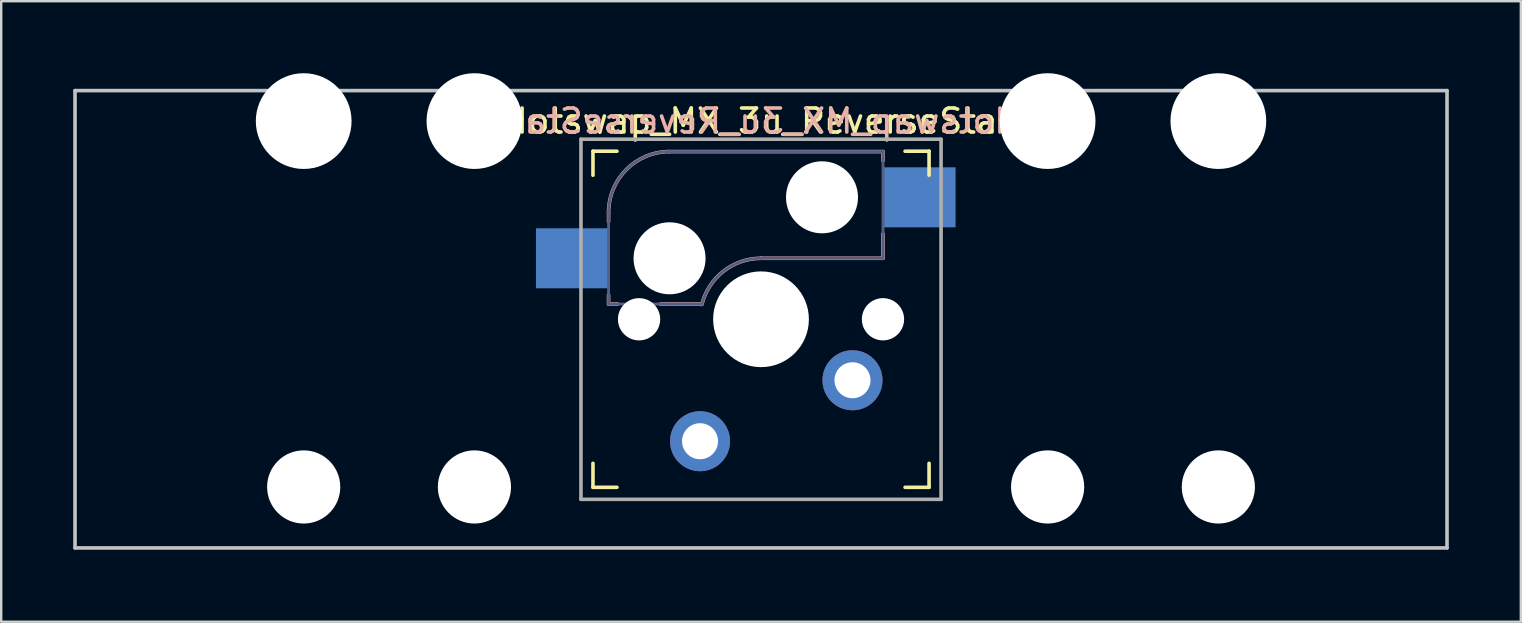
<source format=kicad_pcb>
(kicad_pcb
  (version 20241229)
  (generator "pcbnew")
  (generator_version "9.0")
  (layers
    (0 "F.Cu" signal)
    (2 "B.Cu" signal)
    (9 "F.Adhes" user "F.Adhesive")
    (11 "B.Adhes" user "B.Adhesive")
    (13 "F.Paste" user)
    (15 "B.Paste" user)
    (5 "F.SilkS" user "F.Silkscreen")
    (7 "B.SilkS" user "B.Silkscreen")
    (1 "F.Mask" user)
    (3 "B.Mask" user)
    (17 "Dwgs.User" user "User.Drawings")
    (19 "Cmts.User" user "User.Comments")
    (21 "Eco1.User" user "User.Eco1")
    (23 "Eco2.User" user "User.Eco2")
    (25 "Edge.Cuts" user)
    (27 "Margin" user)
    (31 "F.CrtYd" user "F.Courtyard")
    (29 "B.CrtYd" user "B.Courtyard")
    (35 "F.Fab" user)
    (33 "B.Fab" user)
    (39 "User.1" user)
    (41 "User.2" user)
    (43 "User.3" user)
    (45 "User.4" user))
  (footprint "Hotswap_MX_3u_ReverseStab"
    (layer "F.Cu")
    (at 28.65 10.249)
    (property "Reference" "Hotswap_MX_3u_ReverseStab" (at 0 -8.255 0) (layer "F.SilkS") (effects (font (size 1 1) (thickness 0.15))))
    (attr through_hole)
    (fp_line (start -7 -6) (end -7 -7) (stroke (width 0.15) (type solid)) (layer "F.SilkS"))
    (fp_line (start -7 7) (end -7 6) (stroke (width 0.15) (type solid)) (layer "F.SilkS"))
    (fp_line (start -7 7) (end -6 7) (stroke (width 0.15) (type solid)) (layer "F.SilkS"))
    (fp_line (start -6 -7) (end -7 -7) (stroke (width 0.15) (type solid)) (layer "F.SilkS"))
    (fp_line (start 6 7) (end 7 7) (stroke (width 0.15) (type solid)) (layer "F.SilkS"))
    (fp_line (start 7 -7) (end 6 -7) (stroke (width 0.15) (type solid)) (layer "F.SilkS"))
    (fp_line (start 7 -7) (end 7 -6) (stroke (width 0.15) (type solid)) (layer "F.SilkS"))
    (fp_line (start 7 6) (end 7 7) (stroke (width 0.15) (type solid)) (layer "F.SilkS"))
    (fp_line (start -6.35 -4.445) (end -6.35 -4.064) (stroke (width 0.15) (type solid)) (layer "B.SilkS"))
    (fp_line (start -6.35 -1.016) (end -6.35 -0.635) (stroke (width 0.15) (type solid)) (layer "B.SilkS"))
    (fp_line (start -6.35 -0.635) (end -5.969 -0.635) (stroke (width 0.15) (type solid)) (layer "B.SilkS"))
    (fp_line (start -4.191 -0.635) (end -2.54 -0.635) (stroke (width 0.15) (type solid)) (layer "B.SilkS"))
    (fp_line (start 0 -2.54) (end 5.08 -2.54) (stroke (width 0.15) (type solid)) (layer "B.SilkS"))
    (fp_line (start 5.08 -6.985) (end -3.81 -6.985) (stroke (width 0.15) (type solid)) (layer "B.SilkS"))
    (fp_line (start 5.08 -6.604) (end 5.08 -6.985) (stroke (width 0.15) (type solid)) (layer "B.SilkS"))
    (fp_line (start 5.08 -2.54) (end 5.08 -3.556) (stroke (width 0.15) (type solid)) (layer "B.SilkS"))
    (fp_arc (start -6.35 -4.445) (mid -5.606051 -6.241051) (end -3.81 -6.985) (stroke (width 0.15) (type solid)) (layer "B.SilkS"))
    (fp_arc (start -2.464162 -0.61604) (mid -1.563147 -2.002042) (end 0 -2.54) (stroke (width 0.15) (type solid)) (layer "B.SilkS"))
    (fp_line (start -28.575 -9.525) (end 28.575 -9.525) (stroke (width 0.15) (type solid)) (layer "Dwgs.User"))
    (fp_line (start -28.575 9.525) (end -28.575 -9.525) (stroke (width 0.15) (type solid)) (layer "Dwgs.User"))
    (fp_line (start -28.575 9.525) (end 28.575 9.525) (stroke (width 0.15) (type solid)) (layer "Dwgs.User"))
    (fp_line (start 28.575 -9.525) (end 28.575 9.525) (stroke (width 0.15) (type solid)) (layer "Dwgs.User"))
    (fp_line (start -20.701 -6.096) (end -20.701 5.334) (stroke (width 0.152) (type solid)) (layer "Eco2.User"))
    (fp_line (start -20.701 5.334) (end -17.399 5.334) (stroke (width 0.152) (type solid)) (layer "Eco2.User"))
    (fp_line (start -17.399 -6.096) (end -20.701 -6.096) (stroke (width 0.152) (type solid)) (layer "Eco2.User"))
    (fp_line (start -17.399 5.334) (end -17.399 -6.096) (stroke (width 0.152) (type solid)) (layer "Eco2.User"))
    (fp_line (start -13.589 -6.096) (end -13.589 5.334) (stroke (width 0.152) (type solid)) (layer "Eco2.User"))
    (fp_line (start -13.589 5.334) (end -10.287 5.334) (stroke (width 0.152) (type solid)) (layer "Eco2.User"))
    (fp_line (start -10.287 -6.096) (end -13.589 -6.096) (stroke (width 0.152) (type solid)) (layer "Eco2.User"))
    (fp_line (start -10.287 5.334) (end -10.287 -6.096) (stroke (width 0.152) (type solid)) (layer "Eco2.User"))
    (fp_line (start -6.9 6.9) (end -6.9 -6.9) (stroke (width 0.15) (type solid)) (layer "Eco2.User"))
    (fp_line (start -6.9 6.9) (end 6.9 6.9) (stroke (width 0.15) (type solid)) (layer "Eco2.User"))
    (fp_line (start 6.9 -6.9) (end -6.9 -6.9) (stroke (width 0.15) (type solid)) (layer "Eco2.User"))
    (fp_line (start 6.9 -6.9) (end 6.9 6.9) (stroke (width 0.15) (type solid)) (layer "Eco2.User"))
    (fp_line (start 10.287 -6.096) (end 10.287 5.334) (stroke (width 0.152) (type solid)) (layer "Eco2.User"))
    (fp_line (start 10.287 5.334) (end 13.589 5.334) (stroke (width 0.152) (type solid)) (layer "Eco2.User"))
    (fp_line (start 13.589 -6.096) (end 10.287 -6.096) (stroke (width 0.152) (type solid)) (layer "Eco2.User"))
    (fp_line (start 13.589 5.334) (end 13.589 -6.096) (stroke (width 0.152) (type solid)) (layer "Eco2.User"))
    (fp_line (start 17.399 -6.096) (end 17.399 5.334) (stroke (width 0.152) (type solid)) (layer "Eco2.User"))
    (fp_line (start 17.399 5.334) (end 20.701 5.334) (stroke (width 0.152) (type solid)) (layer "Eco2.User"))
    (fp_line (start 20.701 -6.096) (end 17.399 -6.096) (stroke (width 0.152) (type solid)) (layer "Eco2.User"))
    (fp_line (start 20.701 5.334) (end 20.701 -6.096) (stroke (width 0.152) (type solid)) (layer "Eco2.User"))
    (fp_line (start -6.35 -4.445) (end -6.35 -0.635) (stroke (width 0.12) (type solid)) (layer "B.Fab"))
    (fp_line (start -6.35 -0.635) (end -2.54 -0.635) (stroke (width 0.12) (type solid)) (layer "B.Fab"))
    (fp_line (start 0 -2.54) (end 5.08 -2.54) (stroke (width 0.12) (type solid)) (layer "B.Fab"))
    (fp_line (start 5.08 -6.985) (end -3.81 -6.985) (stroke (width 0.12) (type solid)) (layer "B.Fab"))
    (fp_line (start 5.08 -2.54) (end 5.08 -6.985) (stroke (width 0.12) (type solid)) (layer "B.Fab"))
    (fp_arc (start -6.35 -4.445) (mid -5.606051 -6.241051) (end -3.81 -6.985) (stroke (width 0.12) (type solid)) (layer "B.Fab"))
    (fp_arc (start -2.464162 -0.61604) (mid -1.563147 -2.002042) (end 0 -2.54) (stroke (width 0.12) (type solid)) (layer "B.Fab"))
    (fp_line (start -7.5 -7.5) (end 7.5 -7.5) (stroke (width 0.15) (type solid)) (layer "F.Fab"))
    (fp_line (start -7.5 7.5) (end -7.5 -7.5) (stroke (width 0.15) (type solid)) (layer "F.Fab"))
    (fp_line (start 7.5 -7.5) (end 7.5 7.5) (stroke (width 0.15) (type solid)) (layer "F.Fab"))
    (fp_line (start 7.5 7.5) (end -7.5 7.5) (stroke (width 0.15) (type solid)) (layer "F.Fab"))
    (fp_text user "${REFERENCE}" (at 0 -8.255 0) (layer "B.SilkS") (effects (font (size 1 1) (thickness 0.15)) (justify mirror)))
    (pad "" np_thru_hole circle (at -19.05 -8.255 180) (size 3.988 3.988) (drill 3.988) (layers "*.Cu" "*.Mask"))
    (pad "" np_thru_hole circle (at -19.05 6.985 180) (size 3.048 3.048) (drill 3.048) (layers "*.Cu" "*.Mask"))
    (pad "" np_thru_hole circle (at -11.938 -8.255 180) (size 3.988 3.988) (drill 3.988) (layers "*.Cu" "*.Mask"))
    (pad "" np_thru_hole circle (at -11.938 6.985 180) (size 3.048 3.048) (drill 3.048) (layers "*.Cu" "*.Mask"))
    (pad "" np_thru_hole circle (at -5.08 0 180) (size 1.76 1.76) (drill 1.76) (layers "*.Cu" "*.Mask"))
    (pad "" np_thru_hole circle (at -3.81 -2.54 180) (size 3 3) (drill 3) (layers "*.Cu" "*.Mask"))
    (pad "" np_thru_hole circle (at 0 0 180) (size 3.988 3.988) (drill 3.988) (layers "*.Cu" "*.Mask"))
    (pad "" np_thru_hole circle (at 2.54 -5.08 180) (size 3 3) (drill 3) (layers "*.Cu" "*.Mask"))
    (pad "" np_thru_hole circle (at 5.08 0 180) (size 1.76 1.76) (drill 1.76) (layers "*.Cu" "*.Mask"))
    (pad "" np_thru_hole circle (at 11.938 -8.255 180) (size 3.988 3.988) (drill 3.988) (layers "*.Cu" "*.Mask"))
    (pad "" np_thru_hole circle (at 11.938 6.985 180) (size 3.048 3.048) (drill 3.048) (layers "*.Cu" "*.Mask"))
    (pad "" np_thru_hole circle (at 19.05 -8.255 180) (size 3.988 3.988) (drill 3.988) (layers "*.Cu" "*.Mask"))
    (pad "" np_thru_hole circle (at 19.05 6.985 180) (size 3.048 3.048) (drill 3.048) (layers "*.Cu" "*.Mask"))
    (pad "1" smd rect (at -7.874 -2.54 180) (size 3 2.5) (layers "B.Cu" "B.Mask" "B.Paste"))
    (pad "1" thru_hole circle (at -2.54 5.08 180) (size 2.5 2.5) (drill 1.5) (layers "*.Cu" "B.Mask"))
    (pad "2" thru_hole circle (at 3.81 2.54 180) (size 2.5 2.5) (drill 1.5) (layers "*.Cu" "B.Mask"))
    (pad "2" smd rect (at 6.604 -5.08 180) (size 3 2.5) (layers "B.Cu" "B.Mask" "B.Paste")))
  (gr_rect
    (start -3 -3)
    (end 60.3 22.849)
    (stroke (width 0.1) (type default))
    (fill no)
    (layer "Edge.Cuts")))
</source>
